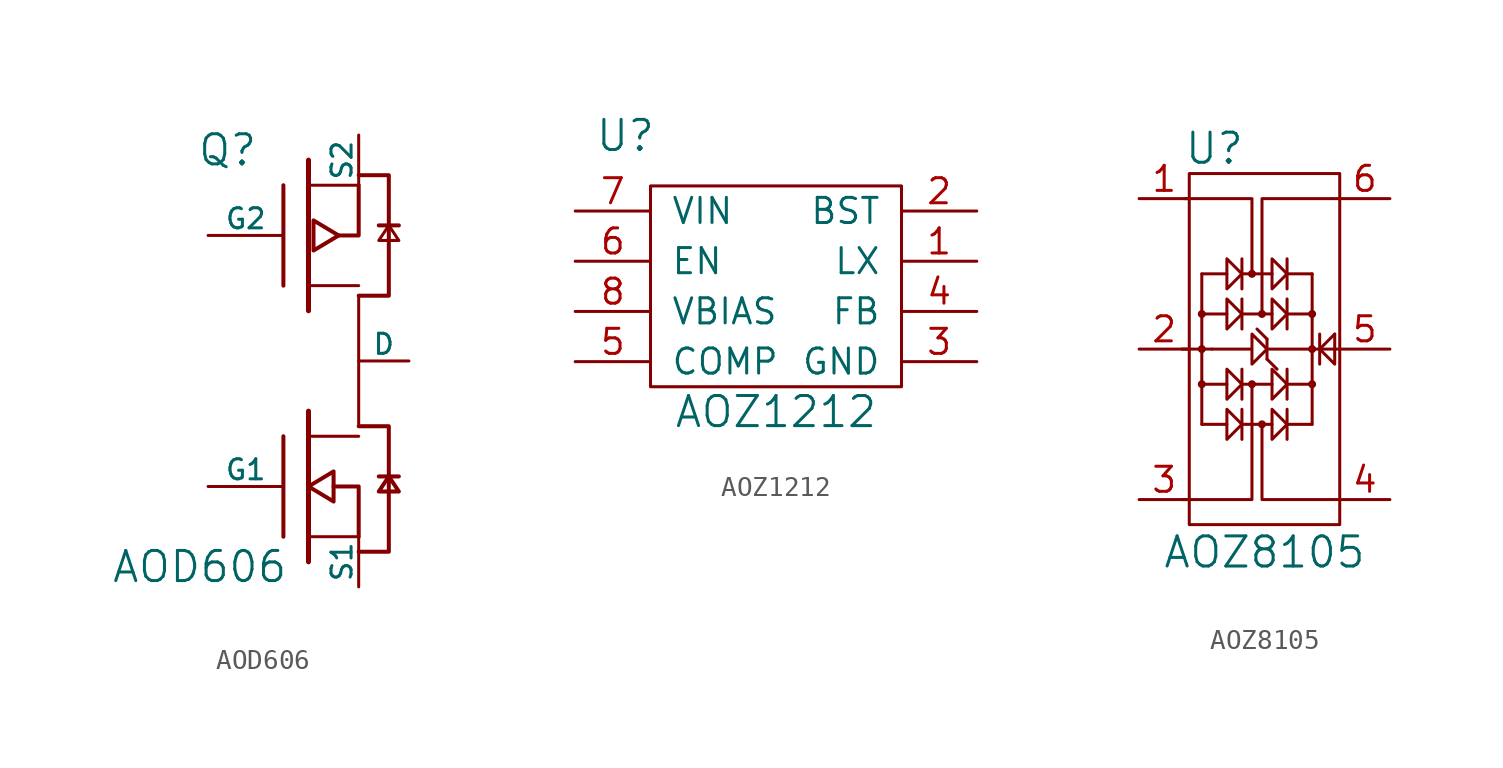
<source format=kicad_sym>
(kicad_symbol_lib
  (version 20210619)
  (generator kicad_symbol_editor)
  (symbol "tinkerforge:AOD606"
    (pin_numbers hide)
    (pin_names
      (offset 0))
    (property "Reference" "Q"
      (at -5.08 10.668 0)
      (effects (font (size 1.524 1.524)) (justify right)))
    (property "Value" "AOD606"
      (at -3.556 -10.414 0)
      (effects (font (size 1.524 1.524)) (justify right)))
    (property "Footprint" ""
      (at 0 0 0)
      (effects (font (size 1.524 1.524))))
    (property "Datasheet" ""
      (at 0 0 0)
      (effects (font (size 1.524 1.524))))
    (symbol "AOD606_0_1"
      (polyline (pts (xy -3.81 -8.89) (xy -3.81 -3.81)) (stroke (width 0.203)) (fill (type none)))
      (polyline (pts (xy -3.81 3.81) (xy -3.81 8.89)) (stroke (width 0.203)) (fill (type none)))
      (polyline (pts (xy -2.54 -10.16) (xy -2.54 -2.54)) (stroke (width 0.254)) (fill (type none)))
      (polyline (pts (xy -2.54 2.54) (xy -2.54 10.16)) (stroke (width 0.254)) (fill (type none)))
      (polyline (pts (xy 0 -8.89) (xy -2.54 -8.89)) (stroke (width 0)) (fill (type none)))
      (polyline (pts (xy 0 -3.81) (xy -2.54 -3.81)) (stroke (width 0)) (fill (type none)))
      (polyline (pts (xy 0 3.81) (xy -2.54 3.81)) (stroke (width 0)) (fill (type none)))
      (polyline (pts (xy 0 8.89) (xy -2.54 8.89)) (stroke (width 0)) (fill (type none)))
      (polyline (pts (xy 0 -8.89) (xy 0 -6.35) (xy -1.27 -6.35)) (stroke (width 0.203)) (fill (type none)))
      (polyline (pts (xy 1.016 -5.842) (xy 2.032 -5.842) (xy 2.032 -5.842)) (stroke (width 0.203)) (fill (type none)))
      (polyline (pts (xy 2.032 6.858) (xy 1.016 6.858) (xy 1.016 6.858)) (stroke (width 0.203)) (fill (type none)))
      (polyline (pts (xy 0 3.302) (xy 0 -3.302) (xy 0 -3.302) (xy 0 -3.302)) (stroke (width 0)) (fill (type none)))
      (polyline (pts (xy -1.27 -5.588) (xy -1.27 -7.112) (xy -2.54 -6.35) (xy -1.27 -5.588) (xy -1.27 -5.588)) (stroke (width 0.203)) (fill (type none)))
      (polyline (pts (xy -1.016 6.35) (xy 0 6.35) (xy 0 8.89) (xy 0 8.89) (xy 0 8.89)) (stroke (width 0.203)) (fill (type none)))
      (polyline (pts (xy 0 -3.302) (xy 1.524 -3.302) (xy 1.524 -9.652) (xy 0 -9.652) (xy 0 -9.652)) (stroke (width 0.203)) (fill (type none)))
      (polyline (pts (xy 0 3.302) (xy 1.524 3.302) (xy 1.524 9.398) (xy 0 9.398) (xy 0 9.398)) (stroke (width 0.203)) (fill (type none)))
      (polyline (pts (xy 1.524 -5.842) (xy 1.016 -6.604) (xy 2.032 -6.604) (xy 1.524 -5.842) (xy 1.524 -5.842)) (stroke (width 0.203)) (fill (type none)))
      (polyline (pts (xy -2.286 7.112) (xy -2.286 5.588) (xy -1.016 6.35) (xy -2.286 7.112) (xy -2.286 7.112) (xy -2.286 7.112)) (stroke (width 0.203)) (fill (type none)))
      (polyline (pts (xy 1.524 6.858) (xy 1.016 6.096) (xy 2.032 6.096) (xy 1.524 6.858) (xy 1.524 6.858) (xy 1.524 6.858)) (stroke (width 0)) (fill (type none))))
    (symbol "AOD606_1_1"
      (pin input line (at 2.54 0 180) (length 2.54) (name "D" (effects (font (size 1.016 1.016)))) (number "D" (effects (font (size 1.016 1.016)))))
      (pin input line (at -7.62 -6.35 0) (length 3.81) (name "G1" (effects (font (size 1.016 1.016)))) (number "G1" (effects (font (size 1.016 1.016)))))
      (pin input line (at -7.62 6.35 0) (length 3.81) (name "G2" (effects (font (size 1.016 1.016)))) (number "G2" (effects (font (size 1.016 1.016)))))
      (pin passive line (at 0 -11.43 90) (length 2.54) (name "S1" (effects (font (size 1.016 1.016)))) (number "S1" (effects (font (size 1.016 1.016)))))
      (pin passive line (at 0 11.43 270) (length 2.54) (name "S2" (effects (font (size 1.016 1.016)))) (number "S2" (effects (font (size 1.016 1.016)))))))
  (symbol "tinkerforge:AOZ1212"
    (pin_names
      (offset 1.016))
    (property "Reference" "U"
      (at -7.62 13.97 0)
      (effects (font (size 1.524 1.524))))
    (property "Value" "AOZ1212"
      (at 0 0 0)
      (effects (font (size 1.524 1.524))))
    (property "Footprint" ""
      (at 0 0 0)
      (effects (font (size 1.524 1.524))))
    (property "Datasheet" ""
      (at 0 0 0)
      (effects (font (size 1.524 1.524))))
    (symbol "AOZ1212_0_1"
      (rectangle (start -6.35 11.43) (end 6.35 1.27) (stroke (width 0)) (fill (type none))))
    (symbol "AOZ1212_1_1"
      (pin passive line (at 10.16 7.62 180) (length 3.81) (name "LX" (effects (font (size 1.27 1.27)))) (number "1" (effects (font (size 1.27 1.27)))))
      (pin passive line (at 10.16 10.16 180) (length 3.81) (name "BST" (effects (font (size 1.27 1.27)))) (number "2" (effects (font (size 1.27 1.27)))))
      (pin passive line (at 10.16 2.54 180) (length 3.81) (name "GND" (effects (font (size 1.27 1.27)))) (number "3" (effects (font (size 1.27 1.27)))))
      (pin passive line (at 10.16 5.08 180) (length 3.81) (name "FB" (effects (font (size 1.27 1.27)))) (number "4" (effects (font (size 1.27 1.27)))))
      (pin passive line (at -10.16 2.54 0) (length 3.81) (name "COMP" (effects (font (size 1.27 1.27)))) (number "5" (effects (font (size 1.27 1.27)))))
      (pin passive line (at -10.16 7.62 0) (length 3.81) (name "EN" (effects (font (size 1.27 1.27)))) (number "6" (effects (font (size 1.27 1.27)))))
      (pin passive line (at -10.16 10.16 0) (length 3.81) (name "VIN" (effects (font (size 1.27 1.27)))) (number "7" (effects (font (size 1.27 1.27)))))
      (pin passive line (at -10.16 5.08 0) (length 3.81) (name "VBIAS" (effects (font (size 1.27 1.27)))) (number "8" (effects (font (size 1.27 1.27)))))))
  (symbol "tinkerforge:AOZ8105"
    (pin_names
      (offset 1.016))
    (property "Reference" "U"
      (at -2.54 10.16 0)
      (effects (font (size 1.524 1.524))))
    (property "Value" "AOZ8105"
      (at 0 -10.287 0)
      (effects (font (size 1.524 1.524))))
    (symbol "AOZ8105_0_1"
      (circle (center -3.175 -1.778) (radius 0.127) (stroke (width 0)) (fill (type none)))
      (circle (center -3.175 0) (radius 0.127) (stroke (width 0)) (fill (type none)))
      (circle (center -3.175 1.778) (radius 0.127) (stroke (width 0)) (fill (type none)))
      (circle (center -0.635 -1.778) (radius 0.127) (stroke (width 0)) (fill (type none)))
      (circle (center -0.635 3.81) (radius 0.127) (stroke (width 0)) (fill (type none)))
      (circle (center -0.127 -3.81) (radius 0.127) (stroke (width 0)) (fill (type none)))
      (circle (center -0.127 1.778) (radius 0.127) (stroke (width 0)) (fill (type none)))
      (circle (center 2.413 -1.778) (radius 0.127) (stroke (width 0)) (fill (type none)))
      (circle (center 2.413 0) (radius 0.127) (stroke (width 0)) (fill (type none)))
      (circle (center 2.413 1.778) (radius 0.127) (stroke (width 0)) (fill (type none)))
      (rectangle (start -3.81 8.89) (end 3.81 -8.89) (stroke (width 0)) (fill (type none)))
      (polyline (pts (xy -3.175 0) (xy -4.191 0)) (stroke (width 0)) (fill (type none)))
      (polyline (pts (xy -3.175 3.81) (xy -3.175 -3.81)) (stroke (width 0)) (fill (type none)))
      (polyline (pts (xy -2.667 0) (xy -3.175 0)) (stroke (width 0)) (fill (type none)))
      (polyline (pts (xy -1.905 -3.81) (xy -3.175 -3.81)) (stroke (width 0)) (fill (type none)))
      (polyline (pts (xy -1.905 -1.778) (xy -3.175 -1.778)) (stroke (width 0)) (fill (type none)))
      (polyline (pts (xy -1.905 1.778) (xy -3.175 1.778)) (stroke (width 0)) (fill (type none)))
      (polyline (pts (xy -1.905 3.81) (xy -3.175 3.81)) (stroke (width 0)) (fill (type none)))
      (polyline (pts (xy -1.143 -3.81) (xy 0.381 -3.81)) (stroke (width 0)) (fill (type none)))
      (polyline (pts (xy -1.143 -3.048) (xy -1.143 -4.572)) (stroke (width 0)) (fill (type none)))
      (polyline (pts (xy -1.143 -1.778) (xy 0.381 -1.778)) (stroke (width 0)) (fill (type none)))
      (polyline (pts (xy -1.143 -1.016) (xy -1.143 -2.54)) (stroke (width 0)) (fill (type none)))
      (polyline (pts (xy -1.143 1.778) (xy 0.381 1.778)) (stroke (width 0)) (fill (type none)))
      (polyline (pts (xy -1.143 2.54) (xy -1.143 1.016)) (stroke (width 0)) (fill (type none)))
      (polyline (pts (xy -1.143 4.572) (xy -1.143 3.048)) (stroke (width 0)) (fill (type none)))
      (polyline (pts (xy 0.127 -0.508) (xy 0.127 0.508)) (stroke (width 0)) (fill (type none)))
      (polyline (pts (xy 0.127 -0.508) (xy 0.635 -1.016)) (stroke (width 0)) (fill (type none)))
      (polyline (pts (xy 0.127 0) (xy 2.413 0)) (stroke (width 0)) (fill (type none)))
      (polyline (pts (xy 0.127 0.508) (xy -0.381 1.016)) (stroke (width 0)) (fill (type none)))
      (polyline (pts (xy 0.381 3.81) (xy -1.143 3.81)) (stroke (width 0)) (fill (type none)))
      (polyline (pts (xy 1.143 -3.81) (xy 2.413 -3.81)) (stroke (width 0)) (fill (type none)))
      (polyline (pts (xy 1.143 -3.048) (xy 1.143 -4.572)) (stroke (width 0)) (fill (type none)))
      (polyline (pts (xy 1.143 -1.778) (xy 2.413 -1.778)) (stroke (width 0)) (fill (type none)))
      (polyline (pts (xy 1.143 -1.016) (xy 1.143 -2.54)) (stroke (width 0)) (fill (type none)))
      (polyline (pts (xy 1.143 1.778) (xy 2.413 1.778)) (stroke (width 0)) (fill (type none)))
      (polyline (pts (xy 1.143 2.54) (xy 1.143 1.016)) (stroke (width 0)) (fill (type none)))
      (polyline (pts (xy 1.143 3.81) (xy 2.413 3.81)) (stroke (width 0)) (fill (type none)))
      (polyline (pts (xy 1.143 4.572) (xy 1.143 3.048)) (stroke (width 0)) (fill (type none)))
      (polyline (pts (xy 2.413 -3.81) (xy 2.413 3.81)) (stroke (width 0)) (fill (type none)))
      (polyline (pts (xy 2.413 0) (xy 2.794 0)) (stroke (width 0)) (fill (type none)))
      (polyline (pts (xy 2.794 0) (xy 3.556 0.762)) (stroke (width 0)) (fill (type none)))
      (polyline (pts (xy 2.794 0) (xy 3.81 0)) (stroke (width 0)) (fill (type none)))
      (polyline (pts (xy 2.794 0.762) (xy 2.794 -0.762)) (stroke (width 0)) (fill (type none)))
      (polyline (pts (xy 3.81 -7.62) (xy 3.429 -7.62)) (stroke (width 0)) (fill (type none)))
      (polyline (pts (xy 3.81 7.62) (xy 3.429 7.62)) (stroke (width 0)) (fill (type none)))
      (polyline (pts (xy -0.635 -1.778) (xy -0.635 -7.62) (xy -4.191 -7.62)) (stroke (width 0)) (fill (type none)))
      (polyline (pts (xy -0.635 3.81) (xy -0.635 7.62) (xy -4.064 7.62)) (stroke (width 0)) (fill (type none)))
      (polyline (pts (xy -0.127 -3.81) (xy -0.127 -7.62) (xy 3.429 -7.62)) (stroke (width 0)) (fill (type none)))
      (polyline (pts (xy -0.127 1.778) (xy -0.127 7.62) (xy 3.429 7.62)) (stroke (width 0)) (fill (type none)))
      (polyline (pts (xy 3.556 0.762) (xy 3.556 -0.762) (xy 2.794 0)) (stroke (width 0)) (fill (type none)))
      (polyline (pts (xy -1.905 -3.81) (xy -1.905 -3.048) (xy -1.143 -3.81) (xy -1.905 -4.572) (xy -1.905 -3.81)) (stroke (width 0)) (fill (type none)))
      (polyline (pts (xy -1.905 -1.778) (xy -1.905 -1.016) (xy -1.143 -1.778) (xy -1.905 -2.54) (xy -1.905 -1.778)) (stroke (width 0)) (fill (type none)))
      (polyline (pts (xy -1.905 1.778) (xy -1.905 2.54) (xy -1.143 1.778) (xy -1.905 1.016) (xy -1.905 1.778)) (stroke (width 0)) (fill (type none)))
      (polyline (pts (xy -1.905 3.81) (xy -1.905 4.572) (xy -1.143 3.81) (xy -1.905 3.048) (xy -1.905 3.81)) (stroke (width 0)) (fill (type none)))
      (polyline (pts (xy 0.381 -3.81) (xy 0.381 -3.048) (xy 1.143 -3.81) (xy 0.381 -4.572) (xy 0.381 -3.81)) (stroke (width 0)) (fill (type none)))
      (polyline (pts (xy 0.381 -1.778) (xy 0.381 -1.016) (xy 1.143 -1.778) (xy 0.381 -2.54) (xy 0.381 -1.778)) (stroke (width 0)) (fill (type none)))
      (polyline (pts (xy 0.381 1.778) (xy 0.381 2.54) (xy 1.143 1.778) (xy 0.381 1.016) (xy 0.381 1.778)) (stroke (width 0)) (fill (type none)))
      (polyline (pts (xy 0.381 3.81) (xy 0.381 4.572) (xy 1.143 3.81) (xy 0.381 3.048) (xy 0.381 3.81)) (stroke (width 0)) (fill (type none)))
      (polyline (pts (xy -2.667 0) (xy -0.635 0) (xy -0.635 0.762) (xy 0.127 0) (xy -0.635 -0.762) (xy -0.635 0)) (stroke (width 0)) (fill (type none))))
    (symbol "AOZ8105_1_1"
      (pin passive line (at -6.35 7.62 0) (length 2.54) (name "~" (effects (font (size 1.27 1.27)))) (number "1" (effects (font (size 1.27 1.27)))))
      (pin passive line (at -6.35 0 0) (length 2.54) (name "~" (effects (font (size 1.27 1.27)))) (number "2" (effects (font (size 1.27 1.27)))))
      (pin passive line (at -6.35 -7.62 0) (length 2.54) (name "~" (effects (font (size 1.27 1.27)))) (number "3" (effects (font (size 1.27 1.27)))))
      (pin passive line (at 6.35 -7.62 180) (length 2.54) (name "~" (effects (font (size 1.27 1.27)))) (number "4" (effects (font (size 1.27 1.27)))))
      (pin passive line (at 6.35 0 180) (length 2.54) (name "~" (effects (font (size 1.27 1.27)))) (number "5" (effects (font (size 1.27 1.27)))))
      (pin passive line (at 6.35 7.62 180) (length 2.54) (name "~" (effects (font (size 1.27 1.27)))) (number "6" (effects (font (size 1.27 1.27))))))))
</source>
